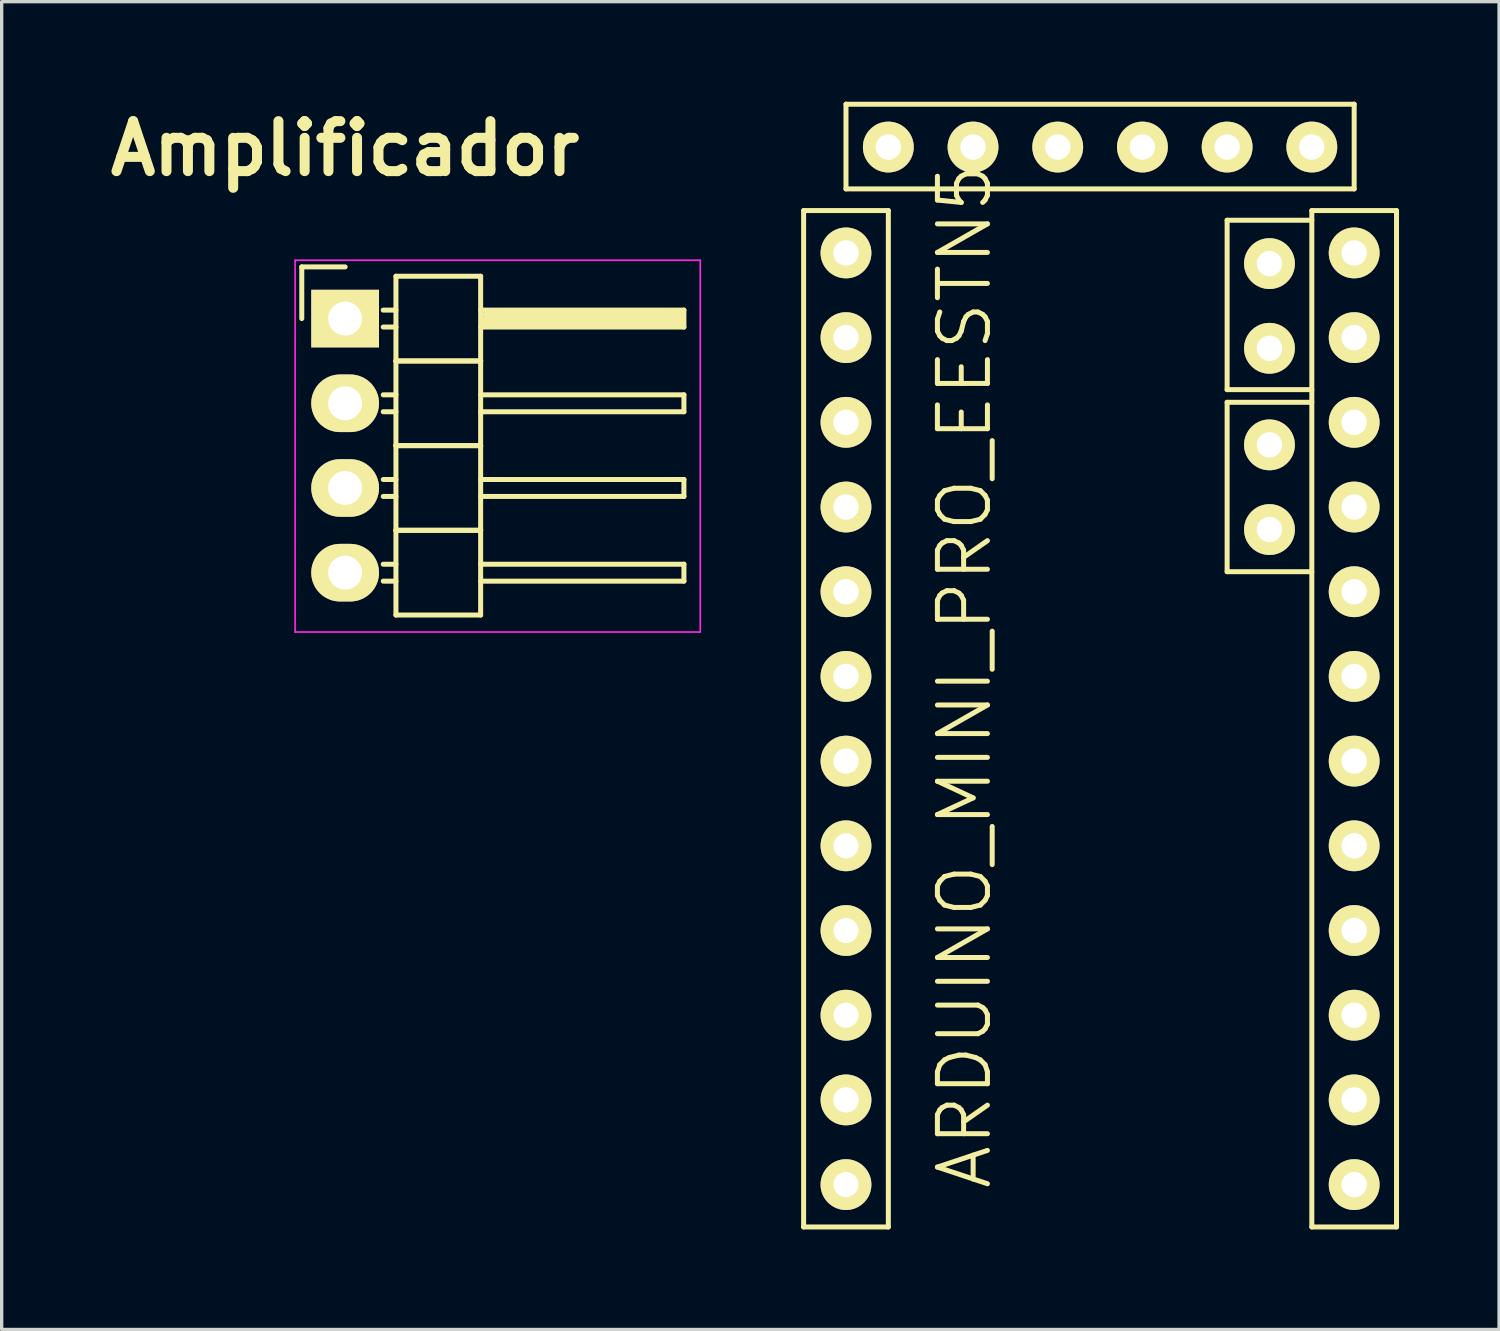
<source format=kicad_pcb>
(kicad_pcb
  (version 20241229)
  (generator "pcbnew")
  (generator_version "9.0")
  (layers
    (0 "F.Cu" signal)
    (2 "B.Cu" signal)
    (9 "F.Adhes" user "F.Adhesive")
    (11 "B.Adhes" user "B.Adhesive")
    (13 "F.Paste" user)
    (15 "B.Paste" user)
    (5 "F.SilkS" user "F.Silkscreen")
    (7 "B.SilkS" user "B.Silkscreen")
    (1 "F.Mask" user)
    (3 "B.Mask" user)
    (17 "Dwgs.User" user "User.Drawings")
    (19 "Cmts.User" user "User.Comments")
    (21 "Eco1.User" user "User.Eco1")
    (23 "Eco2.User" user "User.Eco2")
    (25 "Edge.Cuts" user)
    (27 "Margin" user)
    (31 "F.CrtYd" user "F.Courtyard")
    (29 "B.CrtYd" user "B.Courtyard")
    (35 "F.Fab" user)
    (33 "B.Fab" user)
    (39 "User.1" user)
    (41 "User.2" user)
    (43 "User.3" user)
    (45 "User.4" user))
  (footprint "Amplificador"
    (layer "F.Cu")
    (at 7.3 6.504)
    (property "Reference" "Amplificador" (at 0 -5.1 0) (layer "F.SilkS") (effects (font (size 1.5 1.5) (thickness 0.3))))
    (attr through_hole)
    (fp_line (start -1.3 -1.55) (end -1.3 0) (stroke (width 0.15) (type solid)) (layer "F.SilkS"))
    (fp_line (start 0 -1.55) (end -1.3 -1.55) (stroke (width 0.15) (type solid)) (layer "F.SilkS"))
    (fp_line (start 1.524 -1.27) (end 1.524 1.27) (stroke (width 0.15) (type solid)) (layer "F.SilkS"))
    (fp_line (start 1.524 -1.27) (end 4.064 -1.27) (stroke (width 0.15) (type solid)) (layer "F.SilkS"))
    (fp_line (start 1.524 -0.254) (end 1.143 -0.254) (stroke (width 0.15) (type solid)) (layer "F.SilkS"))
    (fp_line (start 1.524 0.254) (end 1.143 0.254) (stroke (width 0.15) (type solid)) (layer "F.SilkS"))
    (fp_line (start 1.524 1.27) (end 1.524 3.81) (stroke (width 0.15) (type solid)) (layer "F.SilkS"))
    (fp_line (start 1.524 1.27) (end 4.064 1.27) (stroke (width 0.15) (type solid)) (layer "F.SilkS"))
    (fp_line (start 1.524 1.27) (end 4.064 1.27) (stroke (width 0.15) (type solid)) (layer "F.SilkS"))
    (fp_line (start 1.524 2.286) (end 1.143 2.286) (stroke (width 0.15) (type solid)) (layer "F.SilkS"))
    (fp_line (start 1.524 2.794) (end 1.143 2.794) (stroke (width 0.15) (type solid)) (layer "F.SilkS"))
    (fp_line (start 1.524 3.81) (end 1.524 6.35) (stroke (width 0.15) (type solid)) (layer "F.SilkS"))
    (fp_line (start 1.524 3.81) (end 4.064 3.81) (stroke (width 0.15) (type solid)) (layer "F.SilkS"))
    (fp_line (start 1.524 3.81) (end 4.064 3.81) (stroke (width 0.15) (type solid)) (layer "F.SilkS"))
    (fp_line (start 1.524 4.826) (end 1.143 4.826) (stroke (width 0.15) (type solid)) (layer "F.SilkS"))
    (fp_line (start 1.524 5.334) (end 1.143 5.334) (stroke (width 0.15) (type solid)) (layer "F.SilkS"))
    (fp_line (start 1.524 6.35) (end 1.524 8.89) (stroke (width 0.15) (type solid)) (layer "F.SilkS"))
    (fp_line (start 1.524 6.35) (end 4.064 6.35) (stroke (width 0.15) (type solid)) (layer "F.SilkS"))
    (fp_line (start 1.524 6.35) (end 4.064 6.35) (stroke (width 0.15) (type solid)) (layer "F.SilkS"))
    (fp_line (start 1.524 7.366) (end 1.143 7.366) (stroke (width 0.15) (type solid)) (layer "F.SilkS"))
    (fp_line (start 1.524 7.874) (end 1.143 7.874) (stroke (width 0.15) (type solid)) (layer "F.SilkS"))
    (fp_line (start 1.524 8.89) (end 4.064 8.89) (stroke (width 0.15) (type solid)) (layer "F.SilkS"))
    (fp_line (start 4.064 -0.254) (end 10.16 -0.254) (stroke (width 0.15) (type solid)) (layer "F.SilkS"))
    (fp_line (start 4.064 1.27) (end 4.064 -1.27) (stroke (width 0.15) (type solid)) (layer "F.SilkS"))
    (fp_line (start 4.064 2.286) (end 10.16 2.286) (stroke (width 0.15) (type solid)) (layer "F.SilkS"))
    (fp_line (start 4.064 3.81) (end 4.064 1.27) (stroke (width 0.15) (type solid)) (layer "F.SilkS"))
    (fp_line (start 4.064 4.826) (end 10.16 4.826) (stroke (width 0.15) (type solid)) (layer "F.SilkS"))
    (fp_line (start 4.064 6.35) (end 4.064 3.81) (stroke (width 0.15) (type solid)) (layer "F.SilkS"))
    (fp_line (start 4.064 7.366) (end 10.16 7.366) (stroke (width 0.15) (type solid)) (layer "F.SilkS"))
    (fp_line (start 4.064 8.89) (end 4.064 6.35) (stroke (width 0.15) (type solid)) (layer "F.SilkS"))
    (fp_line (start 4.191 -0.127) (end 10.033 -0.127) (stroke (width 0.15) (type solid)) (layer "F.SilkS"))
    (fp_line (start 4.191 0) (end 10.033 0) (stroke (width 0.15) (type solid)) (layer "F.SilkS"))
    (fp_line (start 4.191 0.127) (end 4.191 0) (stroke (width 0.15) (type solid)) (layer "F.SilkS"))
    (fp_line (start 10.033 -0.127) (end 10.033 0.127) (stroke (width 0.15) (type solid)) (layer "F.SilkS"))
    (fp_line (start 10.033 0.127) (end 4.191 0.127) (stroke (width 0.15) (type solid)) (layer "F.SilkS"))
    (fp_line (start 10.16 -0.254) (end 10.16 0.254) (stroke (width 0.15) (type solid)) (layer "F.SilkS"))
    (fp_line (start 10.16 0.254) (end 4.064 0.254) (stroke (width 0.15) (type solid)) (layer "F.SilkS"))
    (fp_line (start 10.16 2.286) (end 10.16 2.794) (stroke (width 0.15) (type solid)) (layer "F.SilkS"))
    (fp_line (start 10.16 2.794) (end 4.064 2.794) (stroke (width 0.15) (type solid)) (layer "F.SilkS"))
    (fp_line (start 10.16 4.826) (end 10.16 5.334) (stroke (width 0.15) (type solid)) (layer "F.SilkS"))
    (fp_line (start 10.16 5.334) (end 4.064 5.334) (stroke (width 0.15) (type solid)) (layer "F.SilkS"))
    (fp_line (start 10.16 7.366) (end 10.16 7.874) (stroke (width 0.15) (type solid)) (layer "F.SilkS"))
    (fp_line (start 10.16 7.874) (end 4.064 7.874) (stroke (width 0.15) (type solid)) (layer "F.SilkS"))
    (fp_line (start -1.5 -1.75) (end -1.5 9.4) (stroke (width 0.05) (type solid)) (layer "F.CrtYd"))
    (fp_line (start -1.5 -1.75) (end 10.65 -1.75) (stroke (width 0.05) (type solid)) (layer "F.CrtYd"))
    (fp_line (start -1.5 9.4) (end 10.65 9.4) (stroke (width 0.05) (type solid)) (layer "F.CrtYd"))
    (fp_line (start 10.65 -1.75) (end 10.65 9.4) (stroke (width 0.05) (type solid)) (layer "F.CrtYd"))
    (pad "1" thru_hole rect (at 0 0) (size 2.032 1.727) (drill 1.016) (layers "*.Cu" "*.Mask" "F.SilkS"))
    (pad "2" thru_hole oval (at 0 2.54) (size 2.032 1.727) (drill 1.016) (layers "*.Cu" "*.Mask" "F.SilkS"))
    (pad "3" thru_hole oval (at 0 5.08) (size 2.032 1.727) (drill 1.016) (layers "*.Cu" "*.Mask" "F.SilkS"))
    (pad "4" thru_hole oval (at 0 7.62) (size 2.032 1.727) (drill 1.016) (layers "*.Cu" "*.Mask" "F.SilkS")))
  (footprint "ARDUINO_MINI_PRO_EESTN5"
    (layer "F.Cu")
    (at 29.94 17.235)
    (property "Reference" "ARDUINO_MINI_PRO_EESTN5" (at -4.064 0 90) (layer "F.SilkS") (effects (font (size 1.5 1.5) (thickness 0.15))))
    (attr through_hole)
    (fp_line (start -8.89 -13.97) (end -6.35 -13.97) (stroke (width 0.15) (type solid)) (layer "F.SilkS"))
    (fp_line (start -8.89 16.51) (end -8.89 -13.97) (stroke (width 0.15) (type solid)) (layer "F.SilkS"))
    (fp_line (start -7.62 -17.16) (end 7.62 -17.16) (stroke (width 0.15) (type solid)) (layer "F.SilkS"))
    (fp_line (start -7.62 -14.62) (end -7.62 -17.16) (stroke (width 0.15) (type solid)) (layer "F.SilkS"))
    (fp_line (start -6.35 -13.97) (end -6.35 16.51) (stroke (width 0.15) (type solid)) (layer "F.SilkS"))
    (fp_line (start -6.35 16.51) (end -8.89 16.51) (stroke (width 0.15) (type solid)) (layer "F.SilkS"))
    (fp_line (start 3.81 -13.68) (end 3.81 -8.6) (stroke (width 0.15) (type solid)) (layer "F.SilkS"))
    (fp_line (start 3.81 -8.6) (end 6.35 -8.6) (stroke (width 0.15) (type solid)) (layer "F.SilkS"))
    (fp_line (start 3.81 -8.22) (end 3.81 -3.14) (stroke (width 0.15) (type solid)) (layer "F.SilkS"))
    (fp_line (start 3.81 -3.14) (end 6.35 -3.14) (stroke (width 0.15) (type solid)) (layer "F.SilkS"))
    (fp_line (start 6.35 -13.97) (end 6.35 16.51) (stroke (width 0.15) (type solid)) (layer "F.SilkS"))
    (fp_line (start 6.35 -13.68) (end 3.81 -13.68) (stroke (width 0.15) (type solid)) (layer "F.SilkS"))
    (fp_line (start 6.35 -8.22) (end 3.81 -8.22) (stroke (width 0.15) (type solid)) (layer "F.SilkS"))
    (fp_line (start 6.35 16.51) (end 8.89 16.51) (stroke (width 0.15) (type solid)) (layer "F.SilkS"))
    (fp_line (start 7.62 -17.16) (end 7.62 -14.62) (stroke (width 0.15) (type solid)) (layer "F.SilkS"))
    (fp_line (start 7.62 -14.62) (end -7.62 -14.62) (stroke (width 0.15) (type solid)) (layer "F.SilkS"))
    (fp_line (start 8.89 -13.97) (end 6.35 -13.97) (stroke (width 0.15) (type solid)) (layer "F.SilkS"))
    (fp_line (start 8.89 16.51) (end 8.89 -13.97) (stroke (width 0.15) (type solid)) (layer "F.SilkS"))
    (pad "1" thru_hole circle (at -7.62 -12.7) (size 1.524 1.524) (drill 0.762) (layers "*.Cu" "*.Mask" "F.SilkS"))
    (pad "2" thru_hole circle (at -7.62 -10.16) (size 1.524 1.524) (drill 0.762) (layers "*.Cu" "*.Mask" "F.SilkS"))
    (pad "3" thru_hole circle (at -7.62 -7.62) (size 1.524 1.524) (drill 0.762) (layers "*.Cu" "*.Mask" "F.SilkS"))
    (pad "4" thru_hole circle (at -7.62 -5.08) (size 1.524 1.524) (drill 0.762) (layers "*.Cu" "*.Mask" "F.SilkS"))
    (pad "5" thru_hole circle (at -7.62 -2.54) (size 1.524 1.524) (drill 0.762) (layers "*.Cu" "*.Mask" "F.SilkS"))
    (pad "6" thru_hole circle (at -7.62 0) (size 1.524 1.524) (drill 0.762) (layers "*.Cu" "*.Mask" "F.SilkS"))
    (pad "7" thru_hole circle (at -7.62 2.54) (size 1.524 1.524) (drill 0.762) (layers "*.Cu" "*.Mask" "F.SilkS"))
    (pad "8" thru_hole circle (at -7.62 5.08) (size 1.524 1.524) (drill 0.75) (layers "*.Cu" "*.Mask" "F.SilkS"))
    (pad "9" thru_hole circle (at -7.62 7.62) (size 1.524 1.524) (drill 0.75) (layers "*.Cu" "*.Mask" "F.SilkS"))
    (pad "10" thru_hole circle (at -7.62 10.16) (size 1.524 1.524) (drill 0.75) (layers "*.Cu" "*.Mask" "F.SilkS"))
    (pad "11" thru_hole circle (at -7.62 12.7) (size 1.524 1.524) (drill 0.762) (layers "*.Cu" "*.Mask" "F.SilkS"))
    (pad "12" thru_hole circle (at -7.62 15.24) (size 1.524 1.524) (drill 0.75) (layers "*.Cu" "*.Mask" "F.SilkS"))
    (pad "13" thru_hole circle (at 7.62 15.24) (size 1.524 1.524) (drill 0.762) (layers "*.Cu" "*.Mask" "F.SilkS"))
    (pad "14" thru_hole circle (at 7.62 12.7) (size 1.524 1.524) (drill 0.762) (layers "*.Cu" "*.Mask" "F.SilkS"))
    (pad "15" thru_hole circle (at 7.62 10.16) (size 1.524 1.524) (drill 0.762) (layers "*.Cu" "*.Mask" "F.SilkS"))
    (pad "16" thru_hole circle (at 7.62 7.62) (size 1.524 1.524) (drill 0.762) (layers "*.Cu" "*.Mask" "F.SilkS"))
    (pad "17" thru_hole circle (at 7.62 5.08) (size 1.524 1.524) (drill 0.762) (layers "*.Cu" "*.Mask" "F.SilkS"))
    (pad "18" thru_hole circle (at 7.62 2.54) (size 1.524 1.524) (drill 0.762) (layers "*.Cu" "*.Mask" "F.SilkS"))
    (pad "19" thru_hole circle (at 7.62 0) (size 1.524 1.524) (drill 0.762) (layers "*.Cu" "*.Mask" "F.SilkS"))
    (pad "20" thru_hole circle (at 7.62 -2.54) (size 1.524 1.524) (drill 0.762) (layers "*.Cu" "*.Mask" "F.SilkS"))
    (pad "21" thru_hole circle (at 7.62 -5.08) (size 1.524 1.524) (drill 0.762) (layers "*.Cu" "*.Mask" "F.SilkS"))
    (pad "22" thru_hole circle (at 7.62 -7.62) (size 1.524 1.524) (drill 0.762) (layers "*.Cu" "*.Mask" "F.SilkS"))
    (pad "23" thru_hole circle (at 7.62 -10.16) (size 1.524 1.524) (drill 0.762) (layers "*.Cu" "*.Mask" "F.SilkS"))
    (pad "24" thru_hole circle (at 7.62 -12.7) (size 1.524 1.524) (drill 0.762) (layers "*.Cu" "*.Mask" "F.SilkS"))
    (pad "25" thru_hole circle (at 6.35 -15.875) (size 1.524 1.524) (drill 0.762) (layers "*.Cu" "*.Mask" "F.SilkS"))
    (pad "26" thru_hole circle (at 3.81 -15.875) (size 1.524 1.524) (drill 0.762) (layers "*.Cu" "*.Mask" "F.SilkS"))
    (pad "27" thru_hole circle (at 1.27 -15.875) (size 1.524 1.524) (drill 0.762) (layers "*.Cu" "*.Mask" "F.SilkS"))
    (pad "28" thru_hole circle (at -1.27 -15.875) (size 1.524 1.524) (drill 0.762) (layers "*.Cu" "*.Mask" "F.SilkS"))
    (pad "29" thru_hole circle (at -3.81 -15.875) (size 1.524 1.524) (drill 0.762) (layers "*.Cu" "*.Mask" "F.SilkS"))
    (pad "30" thru_hole circle (at -6.35 -15.875) (size 1.524 1.524) (drill 0.762) (layers "*.Cu" "*.Mask" "F.SilkS"))
    (pad "31" thru_hole circle (at 5.08 -9.84) (size 1.524 1.524) (drill 0.762) (layers "*.Cu" "*.Mask" "F.SilkS"))
    (pad "32" thru_hole circle (at 5.08 -12.38) (size 1.524 1.524) (drill 0.762) (layers "*.Cu" "*.Mask" "F.SilkS"))
    (pad "33" thru_hole circle (at 5.08 -4.404) (size 1.524 1.524) (drill 0.762) (layers "*.Cu" "*.Mask" "F.SilkS"))
    (pad "34" thru_hole circle (at 5.08 -6.944) (size 1.524 1.524) (drill 0.762) (layers "*.Cu" "*.Mask" "F.SilkS")))
  (gr_rect
    (start -3 -3)
    (end 41.905 36.82)
    (stroke (width 0.1) (type default))
    (fill no)
    (layer "Edge.Cuts")))
</source>
